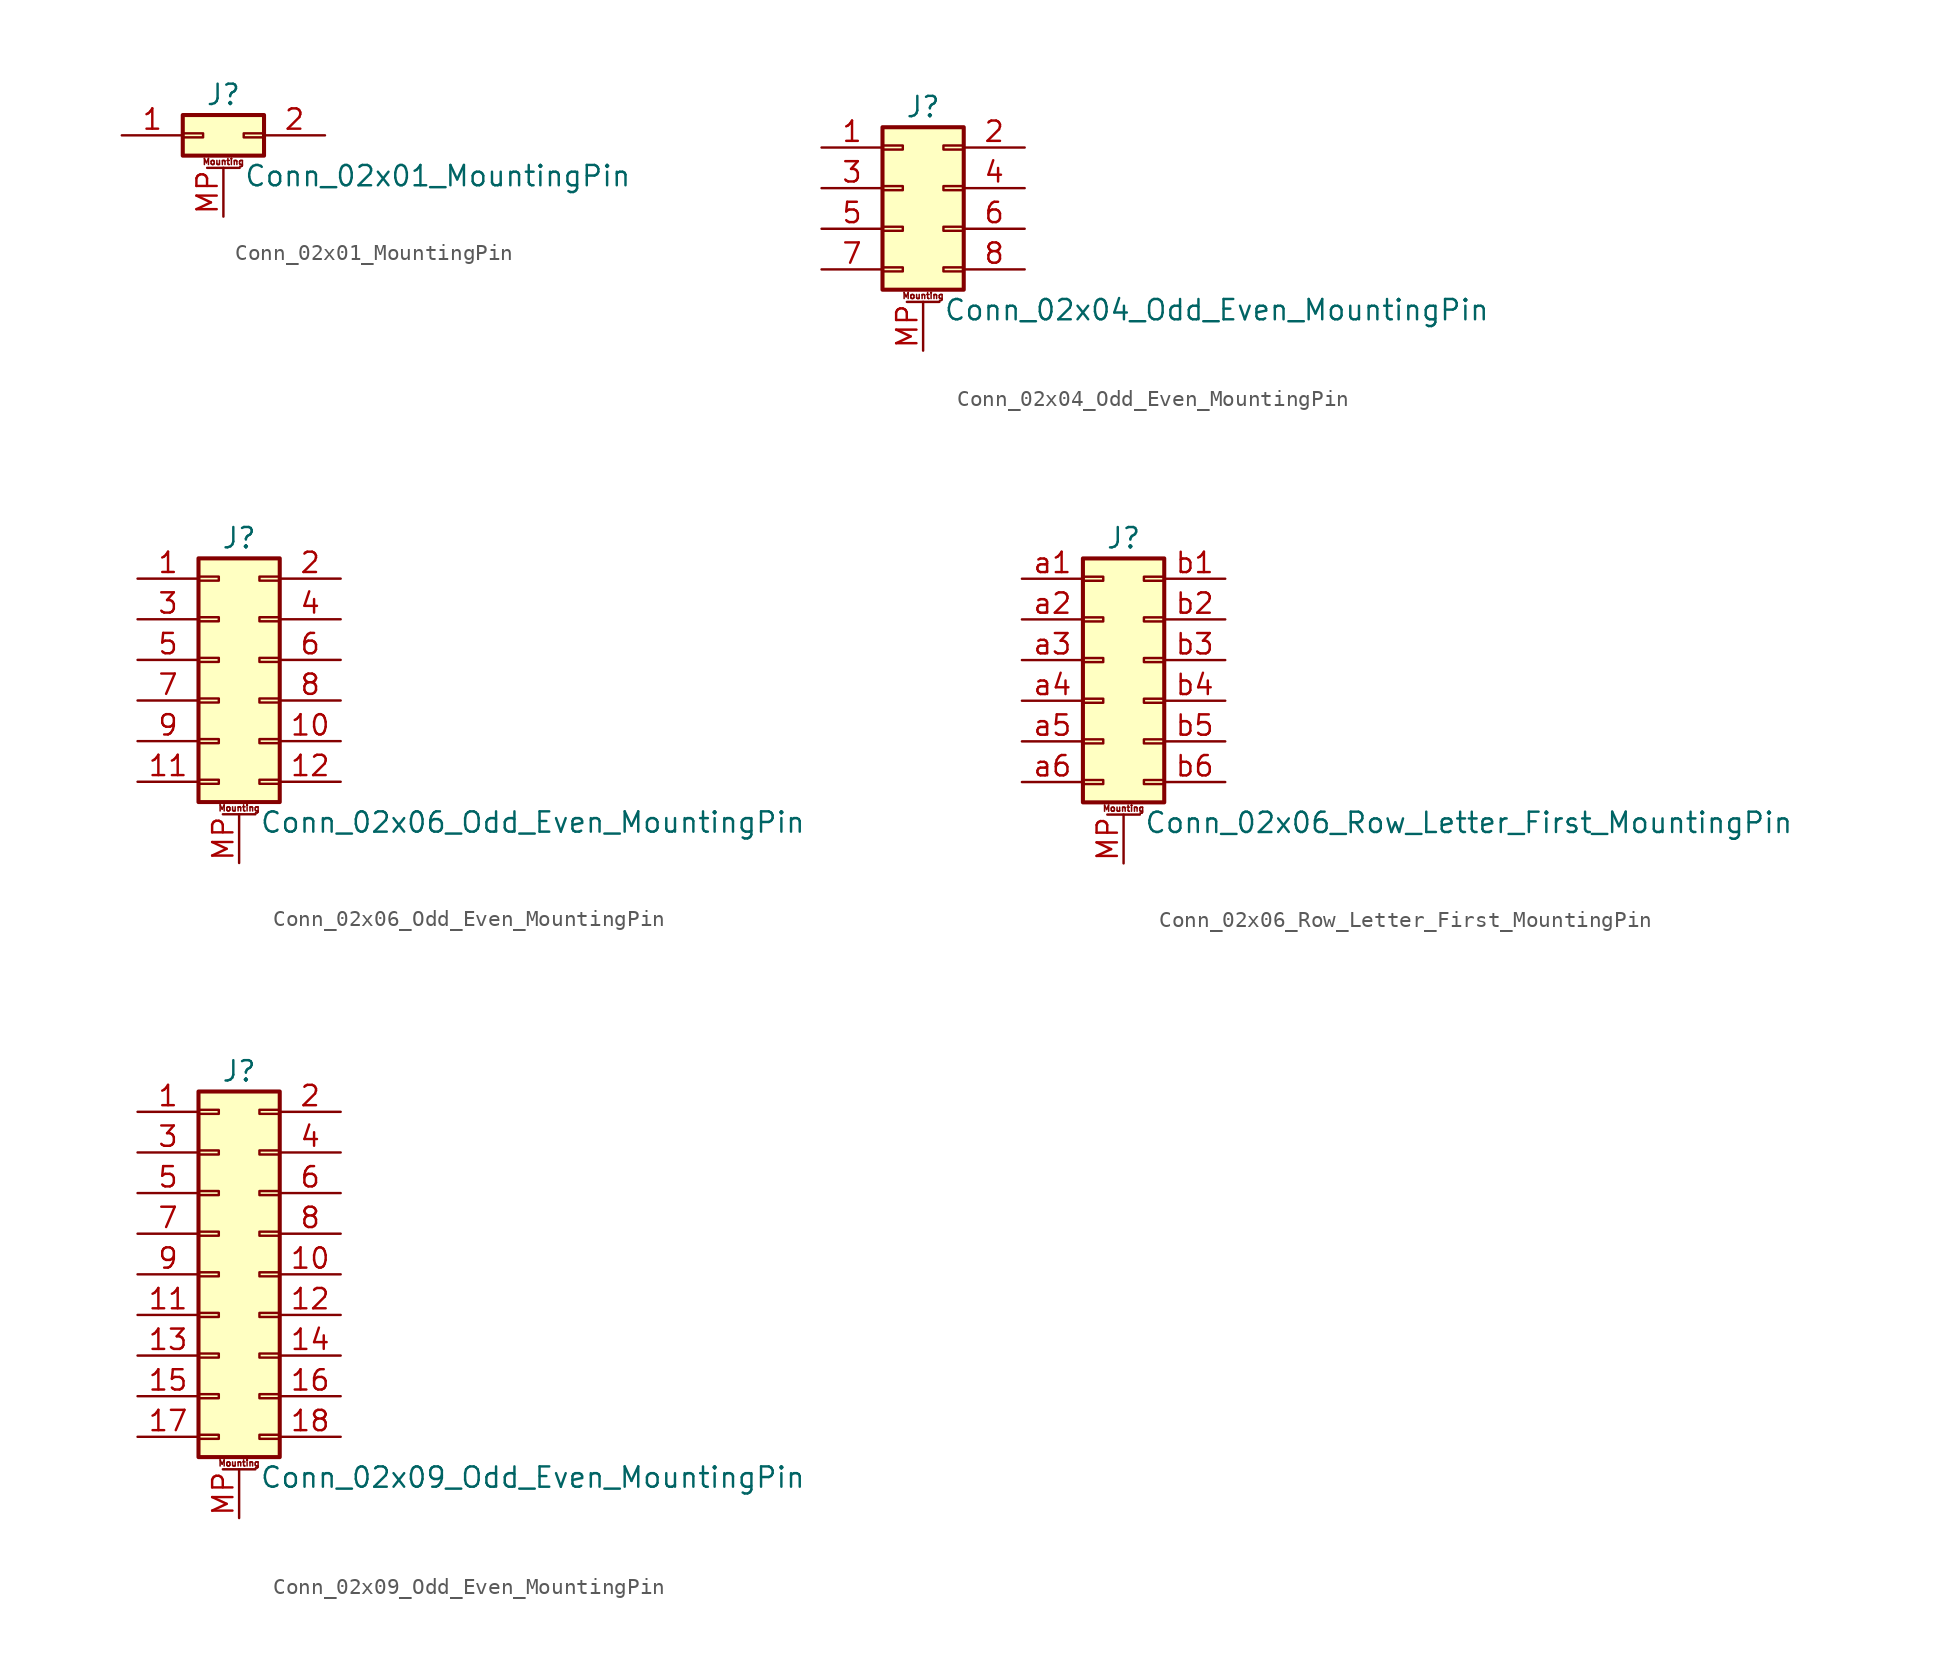
<source format=kicad_sym>
(kicad_symbol_lib
  (version 20201005)
  (generator kicad_symbol_editor)
  (symbol "Conn_02x01_MountingPin"
    (pin_names
      (offset 1.016) hide)
    (property "Reference" "J"
      (at 1.27 2.54 0)
      (effects (font (size 1.27 1.27))))
    (property "Value" "Conn_02x01_MountingPin"
      (at 2.54 -2.54 0)
      (effects (font (size 1.27 1.27)) (justify left)))
    (symbol "Conn_02x01_MountingPin_1_1"
      (text "Mounting" (at 1.27 -1.651 0) (effects (font (size 0.381 0.381))))
      (rectangle (start -1.27 0.127) (end 0 -0.127) (stroke (width 0.152)) (fill (type none)))
      (rectangle (start -1.27 1.27) (end 3.81 -1.27) (stroke (width 0.254)) (fill (type background)))
      (rectangle (start 3.81 0.127) (end 2.54 -0.127) (stroke (width 0.152)) (fill (type none)))
      (polyline (pts (xy 0.254 -2.032) (xy 2.286 -2.032)) (stroke (width 0.152)) (fill (type none)))
      (pin passive line (at -5.08 0 0) (length 3.81) (name "Pin_1" (effects (font (size 1.27 1.27)))) (number "1" (effects (font (size 1.27 1.27)))))
      (pin passive line (at 7.62 0 180) (length 3.81) (name "Pin_2" (effects (font (size 1.27 1.27)))) (number "2" (effects (font (size 1.27 1.27)))))
      (pin passive line (at 1.27 -5.08 90) (length 3.048) (name "MountPin" (effects (font (size 1.27 1.27)))) (number "MP" (effects (font (size 1.27 1.27)))))))
  (symbol "Conn_02x04_Odd_Even_MountingPin"
    (pin_names
      (offset 1.016) hide)
    (property "Reference" "J"
      (at 1.27 5.08 0)
      (effects (font (size 1.27 1.27))))
    (property "Value" "Conn_02x04_Odd_Even_MountingPin"
      (at 2.54 -7.62 0)
      (effects (font (size 1.27 1.27)) (justify left)))
    (symbol "Conn_02x04_Odd_Even_MountingPin_1_1"
      (text "Mounting" (at 1.27 -6.731 0) (effects (font (size 0.381 0.381))))
      (rectangle (start -1.27 -4.953) (end 0 -5.207) (stroke (width 0.152)) (fill (type none)))
      (rectangle (start -1.27 -2.413) (end 0 -2.667) (stroke (width 0.152)) (fill (type none)))
      (rectangle (start -1.27 0.127) (end 0 -0.127) (stroke (width 0.152)) (fill (type none)))
      (rectangle (start -1.27 2.667) (end 0 2.413) (stroke (width 0.152)) (fill (type none)))
      (rectangle (start -1.27 3.81) (end 3.81 -6.35) (stroke (width 0.254)) (fill (type background)))
      (rectangle (start 3.81 -4.953) (end 2.54 -5.207) (stroke (width 0.152)) (fill (type none)))
      (rectangle (start 3.81 -2.413) (end 2.54 -2.667) (stroke (width 0.152)) (fill (type none)))
      (rectangle (start 3.81 0.127) (end 2.54 -0.127) (stroke (width 0.152)) (fill (type none)))
      (rectangle (start 3.81 2.667) (end 2.54 2.413) (stroke (width 0.152)) (fill (type none)))
      (polyline (pts (xy 0.254 -7.112) (xy 2.286 -7.112)) (stroke (width 0.152)) (fill (type none)))
      (pin passive line (at -5.08 2.54 0) (length 3.81) (name "Pin_1" (effects (font (size 1.27 1.27)))) (number "1" (effects (font (size 1.27 1.27)))))
      (pin passive line (at 7.62 2.54 180) (length 3.81) (name "Pin_2" (effects (font (size 1.27 1.27)))) (number "2" (effects (font (size 1.27 1.27)))))
      (pin passive line (at -5.08 0 0) (length 3.81) (name "Pin_3" (effects (font (size 1.27 1.27)))) (number "3" (effects (font (size 1.27 1.27)))))
      (pin passive line (at 7.62 0 180) (length 3.81) (name "Pin_4" (effects (font (size 1.27 1.27)))) (number "4" (effects (font (size 1.27 1.27)))))
      (pin passive line (at -5.08 -2.54 0) (length 3.81) (name "Pin_5" (effects (font (size 1.27 1.27)))) (number "5" (effects (font (size 1.27 1.27)))))
      (pin passive line (at 7.62 -2.54 180) (length 3.81) (name "Pin_6" (effects (font (size 1.27 1.27)))) (number "6" (effects (font (size 1.27 1.27)))))
      (pin passive line (at -5.08 -5.08 0) (length 3.81) (name "Pin_7" (effects (font (size 1.27 1.27)))) (number "7" (effects (font (size 1.27 1.27)))))
      (pin passive line (at 7.62 -5.08 180) (length 3.81) (name "Pin_8" (effects (font (size 1.27 1.27)))) (number "8" (effects (font (size 1.27 1.27)))))
      (pin passive line (at 1.27 -10.16 90) (length 3.048) (name "MountPin" (effects (font (size 1.27 1.27)))) (number "MP" (effects (font (size 1.27 1.27)))))))
  (symbol "Conn_02x06_Odd_Even_MountingPin"
    (pin_names
      (offset 1.016) hide)
    (property "Reference" "J"
      (at 1.27 7.62 0)
      (effects (font (size 1.27 1.27))))
    (property "Value" "Conn_02x06_Odd_Even_MountingPin"
      (at 2.54 -10.16 0)
      (effects (font (size 1.27 1.27)) (justify left)))
    (symbol "Conn_02x06_Odd_Even_MountingPin_1_1"
      (text "Mounting" (at 1.27 -9.271 0) (effects (font (size 0.381 0.381))))
      (rectangle (start -1.27 -7.493) (end 0 -7.747) (stroke (width 0.152)) (fill (type none)))
      (rectangle (start -1.27 -4.953) (end 0 -5.207) (stroke (width 0.152)) (fill (type none)))
      (rectangle (start -1.27 -2.413) (end 0 -2.667) (stroke (width 0.152)) (fill (type none)))
      (rectangle (start -1.27 0.127) (end 0 -0.127) (stroke (width 0.152)) (fill (type none)))
      (rectangle (start -1.27 2.667) (end 0 2.413) (stroke (width 0.152)) (fill (type none)))
      (rectangle (start -1.27 5.207) (end 0 4.953) (stroke (width 0.152)) (fill (type none)))
      (rectangle (start -1.27 6.35) (end 3.81 -8.89) (stroke (width 0.254)) (fill (type background)))
      (rectangle (start 3.81 -7.493) (end 2.54 -7.747) (stroke (width 0.152)) (fill (type none)))
      (rectangle (start 3.81 -4.953) (end 2.54 -5.207) (stroke (width 0.152)) (fill (type none)))
      (rectangle (start 3.81 -2.413) (end 2.54 -2.667) (stroke (width 0.152)) (fill (type none)))
      (rectangle (start 3.81 0.127) (end 2.54 -0.127) (stroke (width 0.152)) (fill (type none)))
      (rectangle (start 3.81 2.667) (end 2.54 2.413) (stroke (width 0.152)) (fill (type none)))
      (rectangle (start 3.81 5.207) (end 2.54 4.953) (stroke (width 0.152)) (fill (type none)))
      (polyline (pts (xy 0.254 -9.652) (xy 2.286 -9.652)) (stroke (width 0.152)) (fill (type none)))
      (pin passive line (at -5.08 5.08 0) (length 3.81) (name "Pin_1" (effects (font (size 1.27 1.27)))) (number "1" (effects (font (size 1.27 1.27)))))
      (pin passive line (at 7.62 -5.08 180) (length 3.81) (name "Pin_10" (effects (font (size 1.27 1.27)))) (number "10" (effects (font (size 1.27 1.27)))))
      (pin passive line (at -5.08 -7.62 0) (length 3.81) (name "Pin_11" (effects (font (size 1.27 1.27)))) (number "11" (effects (font (size 1.27 1.27)))))
      (pin passive line (at 7.62 -7.62 180) (length 3.81) (name "Pin_12" (effects (font (size 1.27 1.27)))) (number "12" (effects (font (size 1.27 1.27)))))
      (pin passive line (at 7.62 5.08 180) (length 3.81) (name "Pin_2" (effects (font (size 1.27 1.27)))) (number "2" (effects (font (size 1.27 1.27)))))
      (pin passive line (at -5.08 2.54 0) (length 3.81) (name "Pin_3" (effects (font (size 1.27 1.27)))) (number "3" (effects (font (size 1.27 1.27)))))
      (pin passive line (at 7.62 2.54 180) (length 3.81) (name "Pin_4" (effects (font (size 1.27 1.27)))) (number "4" (effects (font (size 1.27 1.27)))))
      (pin passive line (at -5.08 0 0) (length 3.81) (name "Pin_5" (effects (font (size 1.27 1.27)))) (number "5" (effects (font (size 1.27 1.27)))))
      (pin passive line (at 7.62 0 180) (length 3.81) (name "Pin_6" (effects (font (size 1.27 1.27)))) (number "6" (effects (font (size 1.27 1.27)))))
      (pin passive line (at -5.08 -2.54 0) (length 3.81) (name "Pin_7" (effects (font (size 1.27 1.27)))) (number "7" (effects (font (size 1.27 1.27)))))
      (pin passive line (at 7.62 -2.54 180) (length 3.81) (name "Pin_8" (effects (font (size 1.27 1.27)))) (number "8" (effects (font (size 1.27 1.27)))))
      (pin passive line (at -5.08 -5.08 0) (length 3.81) (name "Pin_9" (effects (font (size 1.27 1.27)))) (number "9" (effects (font (size 1.27 1.27)))))
      (pin passive line (at 1.27 -12.7 90) (length 3.048) (name "MountPin" (effects (font (size 1.27 1.27)))) (number "MP" (effects (font (size 1.27 1.27)))))))
  (symbol "Conn_02x06_Row_Letter_First_MountingPin"
    (pin_names
      (offset 1.016) hide)
    (property "Reference" "J"
      (at 1.27 7.62 0)
      (effects (font (size 1.27 1.27))))
    (property "Value" "Conn_02x06_Row_Letter_First_MountingPin"
      (at 2.54 -10.16 0)
      (effects (font (size 1.27 1.27)) (justify left)))
    (symbol "Conn_02x06_Row_Letter_First_MountingPin_1_1"
      (text "Mounting" (at 1.27 -9.271 0) (effects (font (size 0.381 0.381))))
      (rectangle (start -1.27 -7.493) (end 0 -7.747) (stroke (width 0.152)) (fill (type none)))
      (rectangle (start -1.27 -4.953) (end 0 -5.207) (stroke (width 0.152)) (fill (type none)))
      (rectangle (start -1.27 -2.413) (end 0 -2.667) (stroke (width 0.152)) (fill (type none)))
      (rectangle (start -1.27 0.127) (end 0 -0.127) (stroke (width 0.152)) (fill (type none)))
      (rectangle (start -1.27 2.667) (end 0 2.413) (stroke (width 0.152)) (fill (type none)))
      (rectangle (start -1.27 5.207) (end 0 4.953) (stroke (width 0.152)) (fill (type none)))
      (rectangle (start -1.27 6.35) (end 3.81 -8.89) (stroke (width 0.254)) (fill (type background)))
      (rectangle (start 3.81 -7.493) (end 2.54 -7.747) (stroke (width 0.152)) (fill (type none)))
      (rectangle (start 3.81 -4.953) (end 2.54 -5.207) (stroke (width 0.152)) (fill (type none)))
      (rectangle (start 3.81 -2.413) (end 2.54 -2.667) (stroke (width 0.152)) (fill (type none)))
      (rectangle (start 3.81 0.127) (end 2.54 -0.127) (stroke (width 0.152)) (fill (type none)))
      (rectangle (start 3.81 2.667) (end 2.54 2.413) (stroke (width 0.152)) (fill (type none)))
      (rectangle (start 3.81 5.207) (end 2.54 4.953) (stroke (width 0.152)) (fill (type none)))
      (polyline (pts (xy 0.254 -9.652) (xy 2.286 -9.652)) (stroke (width 0.152)) (fill (type none)))
      (pin passive line (at 1.27 -12.7 90) (length 3.048) (name "MountPin" (effects (font (size 1.27 1.27)))) (number "MP" (effects (font (size 1.27 1.27)))))
      (pin passive line (at -5.08 5.08 0) (length 3.81) (name "Pin_a1" (effects (font (size 1.27 1.27)))) (number "a1" (effects (font (size 1.27 1.27)))))
      (pin passive line (at -5.08 2.54 0) (length 3.81) (name "Pin_a2" (effects (font (size 1.27 1.27)))) (number "a2" (effects (font (size 1.27 1.27)))))
      (pin passive line (at -5.08 0 0) (length 3.81) (name "Pin_a3" (effects (font (size 1.27 1.27)))) (number "a3" (effects (font (size 1.27 1.27)))))
      (pin passive line (at -5.08 -2.54 0) (length 3.81) (name "Pin_a4" (effects (font (size 1.27 1.27)))) (number "a4" (effects (font (size 1.27 1.27)))))
      (pin passive line (at -5.08 -5.08 0) (length 3.81) (name "Pin_a5" (effects (font (size 1.27 1.27)))) (number "a5" (effects (font (size 1.27 1.27)))))
      (pin passive line (at -5.08 -7.62 0) (length 3.81) (name "Pin_a6" (effects (font (size 1.27 1.27)))) (number "a6" (effects (font (size 1.27 1.27)))))
      (pin passive line (at 7.62 5.08 180) (length 3.81) (name "Pin_b1" (effects (font (size 1.27 1.27)))) (number "b1" (effects (font (size 1.27 1.27)))))
      (pin passive line (at 7.62 2.54 180) (length 3.81) (name "Pin_b2" (effects (font (size 1.27 1.27)))) (number "b2" (effects (font (size 1.27 1.27)))))
      (pin passive line (at 7.62 0 180) (length 3.81) (name "Pin_b3" (effects (font (size 1.27 1.27)))) (number "b3" (effects (font (size 1.27 1.27)))))
      (pin passive line (at 7.62 -2.54 180) (length 3.81) (name "Pin_b4" (effects (font (size 1.27 1.27)))) (number "b4" (effects (font (size 1.27 1.27)))))
      (pin passive line (at 7.62 -5.08 180) (length 3.81) (name "Pin_b5" (effects (font (size 1.27 1.27)))) (number "b5" (effects (font (size 1.27 1.27)))))
      (pin passive line (at 7.62 -7.62 180) (length 3.81) (name "Pin_b6" (effects (font (size 1.27 1.27)))) (number "b6" (effects (font (size 1.27 1.27)))))))
  (symbol "Conn_02x09_Odd_Even_MountingPin"
    (pin_names
      (offset 1.016) hide)
    (property "Reference" "J"
      (at 1.27 12.7 0)
      (effects (font (size 1.27 1.27))))
    (property "Value" "Conn_02x09_Odd_Even_MountingPin"
      (at 2.54 -12.7 0)
      (effects (font (size 1.27 1.27)) (justify left)))
    (symbol "Conn_02x09_Odd_Even_MountingPin_1_1"
      (text "Mounting" (at 1.27 -11.811 0) (effects (font (size 0.381 0.381))))
      (rectangle (start -1.27 -10.033) (end 0 -10.287) (stroke (width 0.152)) (fill (type none)))
      (rectangle (start -1.27 -7.493) (end 0 -7.747) (stroke (width 0.152)) (fill (type none)))
      (rectangle (start -1.27 -4.953) (end 0 -5.207) (stroke (width 0.152)) (fill (type none)))
      (rectangle (start -1.27 -2.413) (end 0 -2.667) (stroke (width 0.152)) (fill (type none)))
      (rectangle (start -1.27 0.127) (end 0 -0.127) (stroke (width 0.152)) (fill (type none)))
      (rectangle (start -1.27 2.667) (end 0 2.413) (stroke (width 0.152)) (fill (type none)))
      (rectangle (start -1.27 5.207) (end 0 4.953) (stroke (width 0.152)) (fill (type none)))
      (rectangle (start -1.27 7.747) (end 0 7.493) (stroke (width 0.152)) (fill (type none)))
      (rectangle (start -1.27 10.287) (end 0 10.033) (stroke (width 0.152)) (fill (type none)))
      (rectangle (start -1.27 11.43) (end 3.81 -11.43) (stroke (width 0.254)) (fill (type background)))
      (rectangle (start 3.81 -10.033) (end 2.54 -10.287) (stroke (width 0.152)) (fill (type none)))
      (rectangle (start 3.81 -7.493) (end 2.54 -7.747) (stroke (width 0.152)) (fill (type none)))
      (rectangle (start 3.81 -4.953) (end 2.54 -5.207) (stroke (width 0.152)) (fill (type none)))
      (rectangle (start 3.81 -2.413) (end 2.54 -2.667) (stroke (width 0.152)) (fill (type none)))
      (rectangle (start 3.81 0.127) (end 2.54 -0.127) (stroke (width 0.152)) (fill (type none)))
      (rectangle (start 3.81 2.667) (end 2.54 2.413) (stroke (width 0.152)) (fill (type none)))
      (rectangle (start 3.81 5.207) (end 2.54 4.953) (stroke (width 0.152)) (fill (type none)))
      (rectangle (start 3.81 7.747) (end 2.54 7.493) (stroke (width 0.152)) (fill (type none)))
      (rectangle (start 3.81 10.287) (end 2.54 10.033) (stroke (width 0.152)) (fill (type none)))
      (polyline (pts (xy 0.254 -12.192) (xy 2.286 -12.192)) (stroke (width 0.152)) (fill (type none)))
      (pin passive line (at -5.08 10.16 0) (length 3.81) (name "Pin_1" (effects (font (size 1.27 1.27)))) (number "1" (effects (font (size 1.27 1.27)))))
      (pin passive line (at 7.62 0 180) (length 3.81) (name "Pin_10" (effects (font (size 1.27 1.27)))) (number "10" (effects (font (size 1.27 1.27)))))
      (pin passive line (at -5.08 -2.54 0) (length 3.81) (name "Pin_11" (effects (font (size 1.27 1.27)))) (number "11" (effects (font (size 1.27 1.27)))))
      (pin passive line (at 7.62 -2.54 180) (length 3.81) (name "Pin_12" (effects (font (size 1.27 1.27)))) (number "12" (effects (font (size 1.27 1.27)))))
      (pin passive line (at -5.08 -5.08 0) (length 3.81) (name "Pin_13" (effects (font (size 1.27 1.27)))) (number "13" (effects (font (size 1.27 1.27)))))
      (pin passive line (at 7.62 -5.08 180) (length 3.81) (name "Pin_14" (effects (font (size 1.27 1.27)))) (number "14" (effects (font (size 1.27 1.27)))))
      (pin passive line (at -5.08 -7.62 0) (length 3.81) (name "Pin_15" (effects (font (size 1.27 1.27)))) (number "15" (effects (font (size 1.27 1.27)))))
      (pin passive line (at 7.62 -7.62 180) (length 3.81) (name "Pin_16" (effects (font (size 1.27 1.27)))) (number "16" (effects (font (size 1.27 1.27)))))
      (pin passive line (at -5.08 -10.16 0) (length 3.81) (name "Pin_17" (effects (font (size 1.27 1.27)))) (number "17" (effects (font (size 1.27 1.27)))))
      (pin passive line (at 7.62 -10.16 180) (length 3.81) (name "Pin_18" (effects (font (size 1.27 1.27)))) (number "18" (effects (font (size 1.27 1.27)))))
      (pin passive line (at 7.62 10.16 180) (length 3.81) (name "Pin_2" (effects (font (size 1.27 1.27)))) (number "2" (effects (font (size 1.27 1.27)))))
      (pin passive line (at -5.08 7.62 0) (length 3.81) (name "Pin_3" (effects (font (size 1.27 1.27)))) (number "3" (effects (font (size 1.27 1.27)))))
      (pin passive line (at 7.62 7.62 180) (length 3.81) (name "Pin_4" (effects (font (size 1.27 1.27)))) (number "4" (effects (font (size 1.27 1.27)))))
      (pin passive line (at -5.08 5.08 0) (length 3.81) (name "Pin_5" (effects (font (size 1.27 1.27)))) (number "5" (effects (font (size 1.27 1.27)))))
      (pin passive line (at 7.62 5.08 180) (length 3.81) (name "Pin_6" (effects (font (size 1.27 1.27)))) (number "6" (effects (font (size 1.27 1.27)))))
      (pin passive line (at -5.08 2.54 0) (length 3.81) (name "Pin_7" (effects (font (size 1.27 1.27)))) (number "7" (effects (font (size 1.27 1.27)))))
      (pin passive line (at 7.62 2.54 180) (length 3.81) (name "Pin_8" (effects (font (size 1.27 1.27)))) (number "8" (effects (font (size 1.27 1.27)))))
      (pin passive line (at -5.08 0 0) (length 3.81) (name "Pin_9" (effects (font (size 1.27 1.27)))) (number "9" (effects (font (size 1.27 1.27)))))
      (pin passive line (at 1.27 -15.24 90) (length 3.048) (name "MountPin" (effects (font (size 1.27 1.27)))) (number "MP" (effects (font (size 1.27 1.27))))))))
</source>
